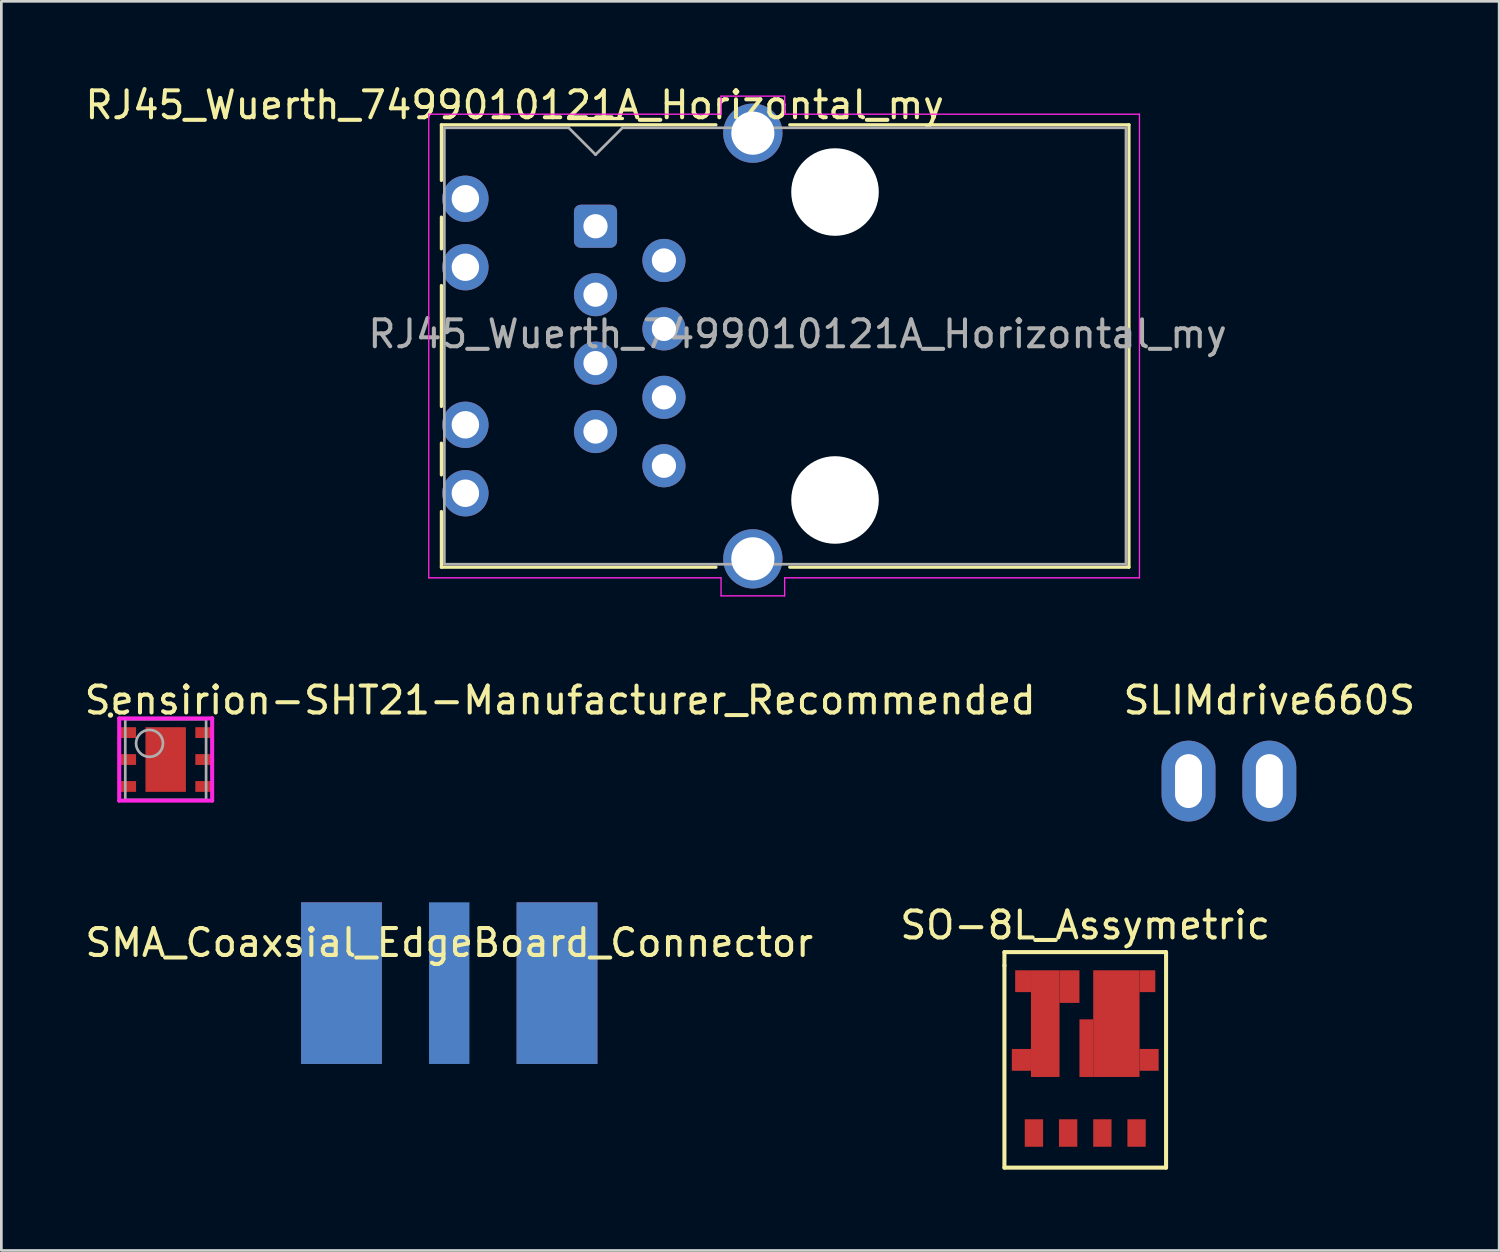
<source format=kicad_pcb>
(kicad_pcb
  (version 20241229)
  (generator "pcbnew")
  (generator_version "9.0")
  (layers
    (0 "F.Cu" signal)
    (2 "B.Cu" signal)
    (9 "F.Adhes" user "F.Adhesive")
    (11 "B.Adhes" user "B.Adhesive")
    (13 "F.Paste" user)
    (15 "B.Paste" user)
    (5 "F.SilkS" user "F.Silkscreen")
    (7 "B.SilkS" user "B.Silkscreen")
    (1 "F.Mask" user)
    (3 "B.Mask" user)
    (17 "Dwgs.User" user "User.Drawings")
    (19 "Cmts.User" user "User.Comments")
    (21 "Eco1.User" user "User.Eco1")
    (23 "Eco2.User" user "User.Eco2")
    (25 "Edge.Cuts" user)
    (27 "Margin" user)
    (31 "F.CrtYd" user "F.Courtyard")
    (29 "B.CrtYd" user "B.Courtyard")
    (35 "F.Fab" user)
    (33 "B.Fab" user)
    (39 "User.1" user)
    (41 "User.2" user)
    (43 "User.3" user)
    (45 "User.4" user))
  (footprint "RJ45_Wuerth_7499010121A_Horizontal_my"
    (layer "F.Cu")
    (at 19.054 5.348)
    (property "Reference" "RJ45_Wuerth_7499010121A_Horizontal_my" (at -3 -4.5 0) (layer "F.SilkS") (effects (font (size 1 1) (thickness 0.15))))
    (attr through_hole)
    (fp_line (start -5.72 -3.765) (end -5.72 -1.7) (stroke (width 0.12) (type solid)) (layer "F.SilkS"))
    (fp_line (start -5.72 0.84) (end -5.72 -0.34) (stroke (width 0.12) (type solid)) (layer "F.SilkS"))
    (fp_line (start -5.72 6.69) (end -5.72 2.2) (stroke (width 0.12) (type solid)) (layer "F.SilkS"))
    (fp_line (start -5.72 9.23) (end -5.72 8.05) (stroke (width 0.12) (type solid)) (layer "F.SilkS"))
    (fp_line (start -5.72 10.59) (end -5.72 12.655) (stroke (width 0.12) (type solid)) (layer "F.SilkS"))
    (fp_line (start -5.72 12.655) (end 4.47 12.655) (stroke (width 0.12) (type solid)) (layer "F.SilkS"))
    (fp_line (start -1 -4) (end 1 -4) (stroke (width 0.12) (type solid)) (layer "F.SilkS"))
    (fp_line (start 4.47 -3.765) (end -5.72 -3.765) (stroke (width 0.12) (type solid)) (layer "F.SilkS"))
    (fp_line (start 7.21 12.655) (end 19.8 12.655) (stroke (width 0.12) (type solid)) (layer "F.SilkS"))
    (fp_line (start 19.8 -3.765) (end 7.21 -3.765) (stroke (width 0.12) (type solid)) (layer "F.SilkS"))
    (fp_line (start 19.8 12.655) (end 19.8 -3.765) (stroke (width 0.12) (type solid)) (layer "F.SilkS"))
    (fp_line (start -6.19 -4.16) (end -6.19 13.05) (stroke (width 0.05) (type solid)) (layer "F.CrtYd"))
    (fp_line (start 4.66 -4.83) (end 4.66 -4.16) (stroke (width 0.05) (type solid)) (layer "F.CrtYd"))
    (fp_line (start 4.66 -4.16) (end -6.19 -4.16) (stroke (width 0.05) (type solid)) (layer "F.CrtYd"))
    (fp_line (start 4.66 13.05) (end -6.19 13.05) (stroke (width 0.05) (type solid)) (layer "F.CrtYd"))
    (fp_line (start 4.66 13.05) (end 4.66 13.72) (stroke (width 0.05) (type solid)) (layer "F.CrtYd"))
    (fp_line (start 7.02 -4.83) (end 4.66 -4.83) (stroke (width 0.05) (type solid)) (layer "F.CrtYd"))
    (fp_line (start 7.02 -4.83) (end 7.02 -4.16) (stroke (width 0.05) (type solid)) (layer "F.CrtYd"))
    (fp_line (start 7.02 13.05) (end 7.02 13.72) (stroke (width 0.05) (type solid)) (layer "F.CrtYd"))
    (fp_line (start 7.02 13.72) (end 4.66 13.72) (stroke (width 0.05) (type solid)) (layer "F.CrtYd"))
    (fp_line (start 20.19 -4.16) (end 7.02 -4.16) (stroke (width 0.05) (type solid)) (layer "F.CrtYd"))
    (fp_line (start 20.19 13.05) (end 7.02 13.05) (stroke (width 0.05) (type solid)) (layer "F.CrtYd"))
    (fp_line (start 20.19 13.05) (end 20.19 -4.16) (stroke (width 0.05) (type solid)) (layer "F.CrtYd"))
    (fp_line (start -5.61 -3.655) (end -5.61 12.545) (stroke (width 0.1) (type solid)) (layer "F.Fab"))
    (fp_line (start -5.61 12.545) (end 19.69 12.545) (stroke (width 0.1) (type solid)) (layer "F.Fab"))
    (fp_line (start -1 -3.655) (end -5.61 -3.655) (stroke (width 0.1) (type solid)) (layer "F.Fab"))
    (fp_line (start 0 -2.66) (end -1 -3.66) (stroke (width 0.1) (type solid)) (layer "F.Fab"))
    (fp_line (start 0 -2.655) (end 1 -3.655) (stroke (width 0.1) (type solid)) (layer "F.Fab"))
    (fp_line (start 19.69 -3.655) (end 1 -3.655) (stroke (width 0.1) (type solid)) (layer "F.Fab"))
    (fp_line (start 19.69 12.545) (end 19.69 -3.655) (stroke (width 0.1) (type solid)) (layer "F.Fab"))
    (fp_text user "${REFERENCE}" (at 7.5 4 180) (layer "F.Fab") (effects (font (size 1 1) (thickness 0.15))))
    (pad "" np_thru_hole circle (at 8.89 -1.27 90) (size 3.25 3.25) (drill 3.25) (layers "*.Cu" "*.Mask"))
    (pad "" np_thru_hole circle (at 8.89 10.16 90) (size 3.25 3.25) (drill 3.25) (layers "*.Cu" "*.Mask"))
    (pad "1" thru_hole roundrect (at 0 0 90) (size 1.6 1.6) (drill 0.9) (layers "*.Cu" "*.Mask") (roundrect_rratio 0.155))
    (pad "2" thru_hole circle (at 2.54 1.27 90) (size 1.6 1.6) (drill 0.9) (layers "*.Cu" "*.Mask"))
    (pad "3" thru_hole circle (at 0 2.54 90) (size 1.6 1.6) (drill 0.9) (layers "*.Cu" "*.Mask"))
    (pad "4" thru_hole circle (at 2.54 3.81 90) (size 1.6 1.6) (drill 0.9) (layers "*.Cu" "*.Mask"))
    (pad "5" thru_hole circle (at 0 5.08 90) (size 1.6 1.6) (drill 0.9) (layers "*.Cu" "*.Mask"))
    (pad "6" thru_hole circle (at 2.54 6.35 90) (size 1.6 1.6) (drill 0.9) (layers "*.Cu" "*.Mask"))
    (pad "7" thru_hole circle (at 0 7.62 90) (size 1.6 1.6) (drill 0.9) (layers "*.Cu" "*.Mask"))
    (pad "8" thru_hole circle (at 2.54 8.89 90) (size 1.6 1.6) (drill 0.9) (layers "*.Cu" "*.Mask"))
    (pad "9" thru_hole circle (at -4.83 -1.02 90) (size 1.72 1.72) (drill 1.02) (layers "*.Cu" "*.Mask"))
    (pad "10" thru_hole circle (at -4.83 1.52 90) (size 1.72 1.72) (drill 1.02) (layers "*.Cu" "*.Mask"))
    (pad "11" thru_hole circle (at -4.83 7.37 90) (size 1.72 1.72) (drill 1.02) (layers "*.Cu" "*.Mask"))
    (pad "12" thru_hole circle (at -4.83 9.91 90) (size 1.72 1.72) (drill 1.02) (layers "*.Cu" "*.Mask"))
    (pad "S1" thru_hole circle (at 5.84 12.345 90) (size 2.2 2.2) (drill 1.6) (layers "*.Cu" "*.Mask"))
    (pad "S2" thru_hole circle (at 5.84 -3.455 90) (size 2.2 2.2) (drill 1.6) (layers "*.Cu" "*.Mask")))
  (footprint "SMA_Coaxsial_EdgeBoard_Connector"
    (layer "F.Cu")
    (at 13.625 31.442)
    (property "Reference" "SMA_Coaxsial_EdgeBoard_Connector" (at 0 0.5 0) (layer "F.SilkS") (effects (font (size 1 1) (thickness 0.15))))
    (attr through_hole)
    (pad "1" smd rect (at 0 2) (size 1.5 6) (layers "B.Cu" "B.Mask" "B.Paste"))
    (pad "2" smd rect (at -4 2) (size 3 6) (layers "F.Cu" "F.Mask" "F.Paste"))
    (pad "2" smd rect (at -4 2) (size 3 6) (layers "B.Cu" "B.Mask" "B.Paste"))
    (pad "2" smd rect (at 4 2) (size 3 6) (layers "F.Cu" "F.Mask" "F.Paste"))
    (pad "2" smd rect (at 4 2) (size 3 6) (layers "B.Cu" "B.Mask" "B.Paste")))
  (footprint "Sensirion-SHT21-Manufacturer_Recommended"
    (layer "F.Cu")
    (at 3.1 25.142)
    (property "Reference" "Sensirion-SHT21-Manufacturer_Recommended" (at -3.1 -2.2 0) (layer "F.SilkS") (effects (font (size 1 1) (thickness 0.15)) (justify left)))
    (attr through_hole)
    (fp_circle (center -2.05 -1.65) (end -2 -1.65) (stroke (width 0.1) (type solid)) (fill no) (layer "F.SilkS"))
    (fp_line (start -1.725 -1.525) (end -1.725 1.525) (stroke (width 0.15) (type solid)) (layer "F.CrtYd"))
    (fp_line (start -1.725 1.525) (end 1.725 1.525) (stroke (width 0.15) (type solid)) (layer "F.CrtYd"))
    (fp_line (start 1.725 -1.525) (end -1.725 -1.525) (stroke (width 0.15) (type solid)) (layer "F.CrtYd"))
    (fp_line (start 1.725 -1.525) (end 1.725 -1.525) (stroke (width 0.15) (type solid)) (layer "F.CrtYd"))
    (fp_line (start 1.725 1.525) (end 1.725 -1.525) (stroke (width 0.15) (type solid)) (layer "F.CrtYd"))
    (fp_line (start -1.5 -1.5) (end 1.5 -1.5) (stroke (width 0.1) (type solid)) (layer "F.Fab"))
    (fp_line (start -1.5 1.5) (end -1.5 -1.5) (stroke (width 0.1) (type solid)) (layer "F.Fab"))
    (fp_line (start -1.5 1.5) (end 1.5 1.5) (stroke (width 0.1) (type solid)) (layer "F.Fab"))
    (fp_line (start 1.5 1.5) (end 1.5 -1.5) (stroke (width 0.1) (type solid)) (layer "F.Fab"))
    (fp_circle (center -0.6 -0.6) (end -0.1 -0.6) (stroke (width 0.1) (type solid)) (fill no) (layer "F.Fab"))
    (pad "1" smd rect (at -1.4 -1 270) (size 0.4 0.6) (layers "F.Cu" "F.Mask" "F.Paste"))
    (pad "2" smd rect (at -1.4 -0.000001 270) (size 0.4 0.6) (layers "F.Cu" "F.Mask" "F.Paste"))
    (pad "3" smd rect (at -1.4 1 270) (size 0.4 0.6) (layers "F.Cu" "F.Mask" "F.Paste"))
    (pad "4" smd rect (at 1.4 1 270) (size 0.4 0.6) (layers "F.Cu" "F.Mask" "F.Paste"))
    (pad "5" smd rect (at 1.4 -0.000001 270) (size 0.4 0.6) (layers "F.Cu" "F.Mask" "F.Paste"))
    (pad "6" smd rect (at 1.4 -1 270) (size 0.4 0.6) (layers "F.Cu" "F.Mask" "F.Paste"))
    (pad "7" smd rect (at 0.000001 0 270) (size 2.4 1.5) (layers "F.Cu" "F.Mask" "F.Paste")))
  (footprint "SO-8L_Assymetric"
    (layer "F.Cu")
    (at 37.232 36.29)
    (property "Reference" "SO-8L_Assymetric" (at 0 -5 0) (layer "F.SilkS") (effects (font (size 1 1) (thickness 0.15))))
    (attr through_hole)
    (fp_line (start -3 -4) (end 3 -4) (stroke (width 0.15) (type solid)) (layer "F.SilkS"))
    (fp_line (start -3 -3.5) (end -3 -4) (stroke (width 0.15) (type solid)) (layer "F.SilkS"))
    (fp_line (start -3 4) (end -3 -3.5) (stroke (width 0.15) (type solid)) (layer "F.SilkS"))
    (fp_line (start 3 -4) (end 3 4) (stroke (width 0.15) (type solid)) (layer "F.SilkS"))
    (fp_line (start 3 4) (end -3 4) (stroke (width 0.15) (type solid)) (layer "F.SilkS"))
    (pad "1" smd rect (at -1.905 2.715) (size 0.68 1.02) (layers "F.Cu" "F.Mask" "F.Paste"))
    (pad "2" smd rect (at -0.635 2.715) (size 0.68 1.02) (layers "F.Cu" "F.Mask" "F.Paste"))
    (pad "3" smd rect (at 0.635 2.715) (size 0.68 1.02) (layers "F.Cu" "F.Mask" "F.Paste"))
    (pad "4" smd rect (at 1.905 2.715) (size 0.68 1.02) (layers "F.Cu" "F.Mask" "F.Paste"))
    (pad "5" smd rect (at -2.37 0) (size 0.71 0.81) (layers "F.Cu" "F.Mask" "F.Paste"))
    (pad "5" smd rect (at -2.308 -2.92) (size 0.585 0.81) (layers "F.Cu" "F.Mask" "F.Paste"))
    (pad "5" smd rect (at -1.485 -1.345) (size 1.06 3.96) (layers "F.Cu" "F.Mask" "F.Paste"))
    (pad "5" smd rect (at -0.585 -2.72) (size 0.74 1.21) (layers "F.Cu" "F.Mask" "F.Paste"))
    (pad "6" smd rect (at 0.04 -0.435) (size 0.51 2.14) (layers "F.Cu" "F.Mask" "F.Paste"))
    (pad "6" smd rect (at 1.155 -1.345) (size 1.72 3.96) (layers "F.Cu" "F.Mask" "F.Paste"))
    (pad "6" smd rect (at 2.308 -2.92) (size 0.585 0.81) (layers "F.Cu" "F.Mask" "F.Paste"))
    (pad "6" smd rect (at 2.37 0) (size 0.71 0.81) (layers "F.Cu" "F.Mask" "F.Paste")))
  (footprint "SLIMdrive660S"
    (layer "F.Cu")
    (at 41.065 25.942)
    (property "Reference" "SLIMdrive660S" (at 3 -3 0) (layer "F.SilkS") (effects (font (size 1 1) (thickness 0.15))))
    (attr through_hole)
    (pad "1" thru_hole oval (at 0 0) (size 2 3) (drill oval 1 2) (layers "*.Cu" "*.Mask"))
    (pad "2" thru_hole oval (at 3 0) (size 2 3) (drill oval 1 2) (layers "*.Cu" "*.Mask")))
  (gr_rect
    (start -3 -3)
    (end 52.595 43.365)
    (stroke (width 0.1) (type default))
    (fill no)
    (layer "Edge.Cuts")))
</source>
